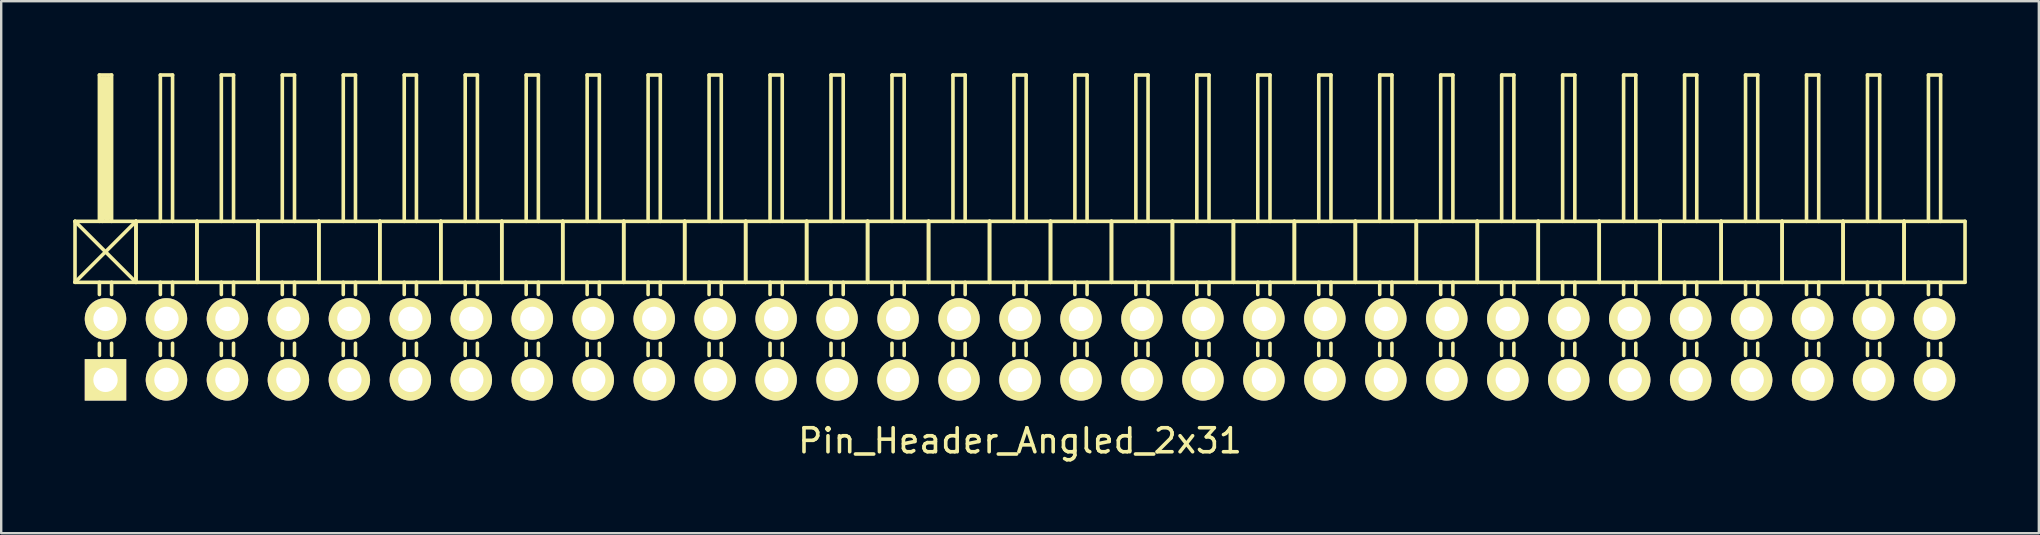
<source format=kicad_pcb>
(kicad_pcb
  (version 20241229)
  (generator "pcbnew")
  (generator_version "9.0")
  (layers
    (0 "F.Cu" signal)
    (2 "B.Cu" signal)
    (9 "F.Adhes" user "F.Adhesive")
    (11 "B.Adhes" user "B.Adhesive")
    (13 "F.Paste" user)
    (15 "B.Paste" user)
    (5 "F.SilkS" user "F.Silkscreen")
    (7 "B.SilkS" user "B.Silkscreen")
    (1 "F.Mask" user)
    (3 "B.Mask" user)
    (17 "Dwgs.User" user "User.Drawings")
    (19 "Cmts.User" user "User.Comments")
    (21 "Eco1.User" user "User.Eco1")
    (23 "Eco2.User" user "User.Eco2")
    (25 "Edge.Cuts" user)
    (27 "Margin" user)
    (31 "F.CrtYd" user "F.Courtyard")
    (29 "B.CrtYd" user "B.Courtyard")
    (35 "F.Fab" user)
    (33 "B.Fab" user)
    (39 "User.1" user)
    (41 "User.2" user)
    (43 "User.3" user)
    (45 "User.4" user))
  (footprint "Pin_Header_Angled_2x31"
    (layer "F.Cu")
    (at 39.445 11.505)
    (property "Reference" "Pin_Header_Angled_2x31" (at 0 3.81 0) (layer "F.SilkS") (effects (font (size 1 1) (thickness 0.15))))
    (attr through_hole)
    (fp_line (start -39.37 -5.334) (end -36.83 -2.794) (stroke (width 0.15) (type solid)) (layer "F.SilkS"))
    (fp_line (start -39.37 -2.794) (end -39.37 -5.334) (stroke (width 0.15) (type solid)) (layer "F.SilkS"))
    (fp_line (start -39.37 -2.794) (end -36.83 -5.334) (stroke (width 0.15) (type solid)) (layer "F.SilkS"))
    (fp_line (start -39.37 -2.794) (end -36.83 -2.794) (stroke (width 0.15) (type solid)) (layer "F.SilkS"))
    (fp_line (start -38.354 -11.43) (end -37.846 -11.43) (stroke (width 0.15) (type solid)) (layer "F.SilkS"))
    (fp_line (start -38.354 -5.334) (end -38.354 -11.43) (stroke (width 0.15) (type solid)) (layer "F.SilkS"))
    (fp_line (start -38.354 -2.794) (end -38.354 -2.286) (stroke (width 0.15) (type solid)) (layer "F.SilkS"))
    (fp_line (start -38.354 -0.254) (end -38.354 0.254) (stroke (width 0.15) (type solid)) (layer "F.SilkS"))
    (fp_line (start -38.227 -11.303) (end -37.973 -11.303) (stroke (width 0.15) (type solid)) (layer "F.SilkS"))
    (fp_line (start -38.227 -5.334) (end -38.227 -11.303) (stroke (width 0.15) (type solid)) (layer "F.SilkS"))
    (fp_line (start -38.1 -5.461) (end -38.1 -11.303) (stroke (width 0.15) (type solid)) (layer "F.SilkS"))
    (fp_line (start -37.973 -11.303) (end -37.973 -5.461) (stroke (width 0.15) (type solid)) (layer "F.SilkS"))
    (fp_line (start -37.973 -5.461) (end -38.1 -5.461) (stroke (width 0.15) (type solid)) (layer "F.SilkS"))
    (fp_line (start -37.846 -11.43) (end -37.846 -5.334) (stroke (width 0.15) (type solid)) (layer "F.SilkS"))
    (fp_line (start -37.846 -2.794) (end -37.846 -2.286) (stroke (width 0.15) (type solid)) (layer "F.SilkS"))
    (fp_line (start -37.846 -0.254) (end -37.846 0.254) (stroke (width 0.15) (type solid)) (layer "F.SilkS"))
    (fp_line (start -36.83 -5.334) (end -39.37 -5.334) (stroke (width 0.15) (type solid)) (layer "F.SilkS"))
    (fp_line (start -36.83 -2.794) (end -36.83 -5.334) (stroke (width 0.15) (type solid)) (layer "F.SilkS"))
    (fp_line (start -36.83 -2.794) (end -36.83 -5.334) (stroke (width 0.15) (type solid)) (layer "F.SilkS"))
    (fp_line (start -36.83 -2.794) (end -34.29 -2.794) (stroke (width 0.15) (type solid)) (layer "F.SilkS"))
    (fp_line (start -35.814 -11.43) (end -35.306 -11.43) (stroke (width 0.15) (type solid)) (layer "F.SilkS"))
    (fp_line (start -35.814 -5.334) (end -35.814 -11.43) (stroke (width 0.15) (type solid)) (layer "F.SilkS"))
    (fp_line (start -35.814 -2.794) (end -35.814 -2.286) (stroke (width 0.15) (type solid)) (layer "F.SilkS"))
    (fp_line (start -35.814 -0.254) (end -35.814 0.254) (stroke (width 0.15) (type solid)) (layer "F.SilkS"))
    (fp_line (start -35.306 -11.43) (end -35.306 -5.334) (stroke (width 0.15) (type solid)) (layer "F.SilkS"))
    (fp_line (start -35.306 -2.794) (end -35.306 -2.286) (stroke (width 0.15) (type solid)) (layer "F.SilkS"))
    (fp_line (start -35.306 -0.254) (end -35.306 0.254) (stroke (width 0.15) (type solid)) (layer "F.SilkS"))
    (fp_line (start -34.29 -5.334) (end -36.83 -5.334) (stroke (width 0.15) (type solid)) (layer "F.SilkS"))
    (fp_line (start -34.29 -2.794) (end -34.29 -5.334) (stroke (width 0.15) (type solid)) (layer "F.SilkS"))
    (fp_line (start -34.29 -2.794) (end -34.29 -5.334) (stroke (width 0.15) (type solid)) (layer "F.SilkS"))
    (fp_line (start -34.29 -2.794) (end -31.75 -2.794) (stroke (width 0.15) (type solid)) (layer "F.SilkS"))
    (fp_line (start -33.274 -11.43) (end -32.766 -11.43) (stroke (width 0.15) (type solid)) (layer "F.SilkS"))
    (fp_line (start -33.274 -5.334) (end -33.274 -11.43) (stroke (width 0.15) (type solid)) (layer "F.SilkS"))
    (fp_line (start -33.274 -2.794) (end -33.274 -2.286) (stroke (width 0.15) (type solid)) (layer "F.SilkS"))
    (fp_line (start -33.274 -0.254) (end -33.274 0.254) (stroke (width 0.15) (type solid)) (layer "F.SilkS"))
    (fp_line (start -32.766 -11.43) (end -32.766 -5.334) (stroke (width 0.15) (type solid)) (layer "F.SilkS"))
    (fp_line (start -32.766 -2.794) (end -32.766 -2.286) (stroke (width 0.15) (type solid)) (layer "F.SilkS"))
    (fp_line (start -32.766 -0.254) (end -32.766 0.254) (stroke (width 0.15) (type solid)) (layer "F.SilkS"))
    (fp_line (start -31.75 -5.334) (end -34.29 -5.334) (stroke (width 0.15) (type solid)) (layer "F.SilkS"))
    (fp_line (start -31.75 -2.794) (end -31.75 -5.334) (stroke (width 0.15) (type solid)) (layer "F.SilkS"))
    (fp_line (start -31.75 -2.794) (end -31.75 -5.334) (stroke (width 0.15) (type solid)) (layer "F.SilkS"))
    (fp_line (start -31.75 -2.794) (end -29.21 -2.794) (stroke (width 0.15) (type solid)) (layer "F.SilkS"))
    (fp_line (start -30.734 -11.43) (end -30.226 -11.43) (stroke (width 0.15) (type solid)) (layer "F.SilkS"))
    (fp_line (start -30.734 -5.334) (end -30.734 -11.43) (stroke (width 0.15) (type solid)) (layer "F.SilkS"))
    (fp_line (start -30.734 -2.794) (end -30.734 -2.286) (stroke (width 0.15) (type solid)) (layer "F.SilkS"))
    (fp_line (start -30.734 -0.254) (end -30.734 0.254) (stroke (width 0.15) (type solid)) (layer "F.SilkS"))
    (fp_line (start -30.226 -11.43) (end -30.226 -5.334) (stroke (width 0.15) (type solid)) (layer "F.SilkS"))
    (fp_line (start -30.226 -2.794) (end -30.226 -2.286) (stroke (width 0.15) (type solid)) (layer "F.SilkS"))
    (fp_line (start -30.226 -0.254) (end -30.226 0.254) (stroke (width 0.15) (type solid)) (layer "F.SilkS"))
    (fp_line (start -29.21 -5.334) (end -31.75 -5.334) (stroke (width 0.15) (type solid)) (layer "F.SilkS"))
    (fp_line (start -29.21 -2.794) (end -29.21 -5.334) (stroke (width 0.15) (type solid)) (layer "F.SilkS"))
    (fp_line (start -29.21 -2.794) (end -29.21 -5.334) (stroke (width 0.15) (type solid)) (layer "F.SilkS"))
    (fp_line (start -29.21 -2.794) (end -26.67 -2.794) (stroke (width 0.15) (type solid)) (layer "F.SilkS"))
    (fp_line (start -28.194 -11.43) (end -27.686 -11.43) (stroke (width 0.15) (type solid)) (layer "F.SilkS"))
    (fp_line (start -28.194 -5.334) (end -28.194 -11.43) (stroke (width 0.15) (type solid)) (layer "F.SilkS"))
    (fp_line (start -28.194 -2.794) (end -28.194 -2.286) (stroke (width 0.15) (type solid)) (layer "F.SilkS"))
    (fp_line (start -28.194 -0.254) (end -28.194 0.254) (stroke (width 0.15) (type solid)) (layer "F.SilkS"))
    (fp_line (start -27.686 -11.43) (end -27.686 -5.334) (stroke (width 0.15) (type solid)) (layer "F.SilkS"))
    (fp_line (start -27.686 -2.794) (end -27.686 -2.286) (stroke (width 0.15) (type solid)) (layer "F.SilkS"))
    (fp_line (start -27.686 -0.254) (end -27.686 0.254) (stroke (width 0.15) (type solid)) (layer "F.SilkS"))
    (fp_line (start -26.67 -5.334) (end -29.21 -5.334) (stroke (width 0.15) (type solid)) (layer "F.SilkS"))
    (fp_line (start -26.67 -2.794) (end -26.67 -5.334) (stroke (width 0.15) (type solid)) (layer "F.SilkS"))
    (fp_line (start -26.67 -2.794) (end -26.67 -5.334) (stroke (width 0.15) (type solid)) (layer "F.SilkS"))
    (fp_line (start -26.67 -2.794) (end -24.13 -2.794) (stroke (width 0.15) (type solid)) (layer "F.SilkS"))
    (fp_line (start -25.654 -11.43) (end -25.146 -11.43) (stroke (width 0.15) (type solid)) (layer "F.SilkS"))
    (fp_line (start -25.654 -5.334) (end -25.654 -11.43) (stroke (width 0.15) (type solid)) (layer "F.SilkS"))
    (fp_line (start -25.654 -2.794) (end -25.654 -2.286) (stroke (width 0.15) (type solid)) (layer "F.SilkS"))
    (fp_line (start -25.654 -0.254) (end -25.654 0.254) (stroke (width 0.15) (type solid)) (layer "F.SilkS"))
    (fp_line (start -25.146 -11.43) (end -25.146 -5.334) (stroke (width 0.15) (type solid)) (layer "F.SilkS"))
    (fp_line (start -25.146 -2.794) (end -25.146 -2.286) (stroke (width 0.15) (type solid)) (layer "F.SilkS"))
    (fp_line (start -25.146 -0.254) (end -25.146 0.254) (stroke (width 0.15) (type solid)) (layer "F.SilkS"))
    (fp_line (start -24.13 -5.334) (end -26.67 -5.334) (stroke (width 0.15) (type solid)) (layer "F.SilkS"))
    (fp_line (start -24.13 -2.794) (end -24.13 -5.334) (stroke (width 0.15) (type solid)) (layer "F.SilkS"))
    (fp_line (start -24.13 -2.794) (end -24.13 -5.334) (stroke (width 0.15) (type solid)) (layer "F.SilkS"))
    (fp_line (start -24.13 -2.794) (end -21.59 -2.794) (stroke (width 0.15) (type solid)) (layer "F.SilkS"))
    (fp_line (start -23.114 -11.43) (end -22.606 -11.43) (stroke (width 0.15) (type solid)) (layer "F.SilkS"))
    (fp_line (start -23.114 -5.334) (end -23.114 -11.43) (stroke (width 0.15) (type solid)) (layer "F.SilkS"))
    (fp_line (start -23.114 -2.794) (end -23.114 -2.286) (stroke (width 0.15) (type solid)) (layer "F.SilkS"))
    (fp_line (start -23.114 -0.254) (end -23.114 0.254) (stroke (width 0.15) (type solid)) (layer "F.SilkS"))
    (fp_line (start -22.606 -11.43) (end -22.606 -5.334) (stroke (width 0.15) (type solid)) (layer "F.SilkS"))
    (fp_line (start -22.606 -2.794) (end -22.606 -2.286) (stroke (width 0.15) (type solid)) (layer "F.SilkS"))
    (fp_line (start -22.606 -0.254) (end -22.606 0.254) (stroke (width 0.15) (type solid)) (layer "F.SilkS"))
    (fp_line (start -21.59 -5.334) (end -24.13 -5.334) (stroke (width 0.15) (type solid)) (layer "F.SilkS"))
    (fp_line (start -21.59 -2.794) (end -21.59 -5.334) (stroke (width 0.15) (type solid)) (layer "F.SilkS"))
    (fp_line (start -21.59 -2.794) (end -21.59 -5.334) (stroke (width 0.15) (type solid)) (layer "F.SilkS"))
    (fp_line (start -21.59 -2.794) (end -19.05 -2.794) (stroke (width 0.15) (type solid)) (layer "F.SilkS"))
    (fp_line (start -20.574 -11.43) (end -20.066 -11.43) (stroke (width 0.15) (type solid)) (layer "F.SilkS"))
    (fp_line (start -20.574 -5.334) (end -20.574 -11.43) (stroke (width 0.15) (type solid)) (layer "F.SilkS"))
    (fp_line (start -20.574 -2.794) (end -20.574 -2.286) (stroke (width 0.15) (type solid)) (layer "F.SilkS"))
    (fp_line (start -20.574 -0.254) (end -20.574 0.254) (stroke (width 0.15) (type solid)) (layer "F.SilkS"))
    (fp_line (start -20.066 -11.43) (end -20.066 -5.334) (stroke (width 0.15) (type solid)) (layer "F.SilkS"))
    (fp_line (start -20.066 -2.794) (end -20.066 -2.286) (stroke (width 0.15) (type solid)) (layer "F.SilkS"))
    (fp_line (start -20.066 -0.254) (end -20.066 0.254) (stroke (width 0.15) (type solid)) (layer "F.SilkS"))
    (fp_line (start -19.05 -5.334) (end -21.59 -5.334) (stroke (width 0.15) (type solid)) (layer "F.SilkS"))
    (fp_line (start -19.05 -2.794) (end -19.05 -5.334) (stroke (width 0.15) (type solid)) (layer "F.SilkS"))
    (fp_line (start -19.05 -2.794) (end -19.05 -5.334) (stroke (width 0.15) (type solid)) (layer "F.SilkS"))
    (fp_line (start -19.05 -2.794) (end -16.51 -2.794) (stroke (width 0.15) (type solid)) (layer "F.SilkS"))
    (fp_line (start -18.034 -11.43) (end -17.526 -11.43) (stroke (width 0.15) (type solid)) (layer "F.SilkS"))
    (fp_line (start -18.034 -5.334) (end -18.034 -11.43) (stroke (width 0.15) (type solid)) (layer "F.SilkS"))
    (fp_line (start -18.034 -2.794) (end -18.034 -2.286) (stroke (width 0.15) (type solid)) (layer "F.SilkS"))
    (fp_line (start -18.034 -0.254) (end -18.034 0.254) (stroke (width 0.15) (type solid)) (layer "F.SilkS"))
    (fp_line (start -17.526 -11.43) (end -17.526 -5.334) (stroke (width 0.15) (type solid)) (layer "F.SilkS"))
    (fp_line (start -17.526 -2.794) (end -17.526 -2.286) (stroke (width 0.15) (type solid)) (layer "F.SilkS"))
    (fp_line (start -17.526 -0.254) (end -17.526 0.254) (stroke (width 0.15) (type solid)) (layer "F.SilkS"))
    (fp_line (start -16.51 -5.334) (end -19.05 -5.334) (stroke (width 0.15) (type solid)) (layer "F.SilkS"))
    (fp_line (start -16.51 -2.794) (end -16.51 -5.334) (stroke (width 0.15) (type solid)) (layer "F.SilkS"))
    (fp_line (start -16.51 -2.794) (end -16.51 -5.334) (stroke (width 0.15) (type solid)) (layer "F.SilkS"))
    (fp_line (start -16.51 -2.794) (end -13.97 -2.794) (stroke (width 0.15) (type solid)) (layer "F.SilkS"))
    (fp_line (start -15.494 -11.43) (end -14.986 -11.43) (stroke (width 0.15) (type solid)) (layer "F.SilkS"))
    (fp_line (start -15.494 -5.334) (end -15.494 -11.43) (stroke (width 0.15) (type solid)) (layer "F.SilkS"))
    (fp_line (start -15.494 -2.794) (end -15.494 -2.286) (stroke (width 0.15) (type solid)) (layer "F.SilkS"))
    (fp_line (start -15.494 -0.254) (end -15.494 0.254) (stroke (width 0.15) (type solid)) (layer "F.SilkS"))
    (fp_line (start -14.986 -11.43) (end -14.986 -5.334) (stroke (width 0.15) (type solid)) (layer "F.SilkS"))
    (fp_line (start -14.986 -2.794) (end -14.986 -2.286) (stroke (width 0.15) (type solid)) (layer "F.SilkS"))
    (fp_line (start -14.986 -0.254) (end -14.986 0.254) (stroke (width 0.15) (type solid)) (layer "F.SilkS"))
    (fp_line (start -13.97 -5.334) (end -16.51 -5.334) (stroke (width 0.15) (type solid)) (layer "F.SilkS"))
    (fp_line (start -13.97 -2.794) (end -13.97 -5.334) (stroke (width 0.15) (type solid)) (layer "F.SilkS"))
    (fp_line (start -13.97 -2.794) (end -13.97 -5.334) (stroke (width 0.15) (type solid)) (layer "F.SilkS"))
    (fp_line (start -13.97 -2.794) (end -11.43 -2.794) (stroke (width 0.15) (type solid)) (layer "F.SilkS"))
    (fp_line (start -12.954 -11.43) (end -12.446 -11.43) (stroke (width 0.15) (type solid)) (layer "F.SilkS"))
    (fp_line (start -12.954 -5.334) (end -12.954 -11.43) (stroke (width 0.15) (type solid)) (layer "F.SilkS"))
    (fp_line (start -12.954 -2.794) (end -12.954 -2.286) (stroke (width 0.15) (type solid)) (layer "F.SilkS"))
    (fp_line (start -12.954 -0.254) (end -12.954 0.254) (stroke (width 0.15) (type solid)) (layer "F.SilkS"))
    (fp_line (start -12.446 -11.43) (end -12.446 -5.334) (stroke (width 0.15) (type solid)) (layer "F.SilkS"))
    (fp_line (start -12.446 -2.794) (end -12.446 -2.286) (stroke (width 0.15) (type solid)) (layer "F.SilkS"))
    (fp_line (start -12.446 -0.254) (end -12.446 0.254) (stroke (width 0.15) (type solid)) (layer "F.SilkS"))
    (fp_line (start -11.43 -5.334) (end -13.97 -5.334) (stroke (width 0.15) (type solid)) (layer "F.SilkS"))
    (fp_line (start -11.43 -2.794) (end -11.43 -5.334) (stroke (width 0.15) (type solid)) (layer "F.SilkS"))
    (fp_line (start -11.43 -2.794) (end -11.43 -5.334) (stroke (width 0.15) (type solid)) (layer "F.SilkS"))
    (fp_line (start -11.43 -2.794) (end -8.89 -2.794) (stroke (width 0.15) (type solid)) (layer "F.SilkS"))
    (fp_line (start -10.414 -11.43) (end -9.906 -11.43) (stroke (width 0.15) (type solid)) (layer "F.SilkS"))
    (fp_line (start -10.414 -5.334) (end -10.414 -11.43) (stroke (width 0.15) (type solid)) (layer "F.SilkS"))
    (fp_line (start -10.414 -2.794) (end -10.414 -2.286) (stroke (width 0.15) (type solid)) (layer "F.SilkS"))
    (fp_line (start -10.414 -0.254) (end -10.414 0.254) (stroke (width 0.15) (type solid)) (layer "F.SilkS"))
    (fp_line (start -9.906 -11.43) (end -9.906 -5.334) (stroke (width 0.15) (type solid)) (layer "F.SilkS"))
    (fp_line (start -9.906 -2.794) (end -9.906 -2.286) (stroke (width 0.15) (type solid)) (layer "F.SilkS"))
    (fp_line (start -9.906 -0.254) (end -9.906 0.254) (stroke (width 0.15) (type solid)) (layer "F.SilkS"))
    (fp_line (start -8.89 -5.334) (end -11.43 -5.334) (stroke (width 0.15) (type solid)) (layer "F.SilkS"))
    (fp_line (start -8.89 -2.794) (end -8.89 -5.334) (stroke (width 0.15) (type solid)) (layer "F.SilkS"))
    (fp_line (start -8.89 -2.794) (end -8.89 -5.334) (stroke (width 0.15) (type solid)) (layer "F.SilkS"))
    (fp_line (start -8.89 -2.794) (end -6.35 -2.794) (stroke (width 0.15) (type solid)) (layer "F.SilkS"))
    (fp_line (start -7.874 -11.43) (end -7.366 -11.43) (stroke (width 0.15) (type solid)) (layer "F.SilkS"))
    (fp_line (start -7.874 -5.334) (end -7.874 -11.43) (stroke (width 0.15) (type solid)) (layer "F.SilkS"))
    (fp_line (start -7.874 -2.794) (end -7.874 -2.286) (stroke (width 0.15) (type solid)) (layer "F.SilkS"))
    (fp_line (start -7.874 -0.254) (end -7.874 0.254) (stroke (width 0.15) (type solid)) (layer "F.SilkS"))
    (fp_line (start -7.366 -11.43) (end -7.366 -5.334) (stroke (width 0.15) (type solid)) (layer "F.SilkS"))
    (fp_line (start -7.366 -2.794) (end -7.366 -2.286) (stroke (width 0.15) (type solid)) (layer "F.SilkS"))
    (fp_line (start -7.366 -0.254) (end -7.366 0.254) (stroke (width 0.15) (type solid)) (layer "F.SilkS"))
    (fp_line (start -6.35 -5.334) (end -8.89 -5.334) (stroke (width 0.15) (type solid)) (layer "F.SilkS"))
    (fp_line (start -6.35 -2.794) (end -6.35 -5.334) (stroke (width 0.15) (type solid)) (layer "F.SilkS"))
    (fp_line (start -6.35 -2.794) (end -6.35 -5.334) (stroke (width 0.15) (type solid)) (layer "F.SilkS"))
    (fp_line (start -6.35 -2.794) (end -3.81 -2.794) (stroke (width 0.15) (type solid)) (layer "F.SilkS"))
    (fp_line (start -5.334 -11.43) (end -4.826 -11.43) (stroke (width 0.15) (type solid)) (layer "F.SilkS"))
    (fp_line (start -5.334 -5.334) (end -5.334 -11.43) (stroke (width 0.15) (type solid)) (layer "F.SilkS"))
    (fp_line (start -5.334 -2.794) (end -5.334 -2.286) (stroke (width 0.15) (type solid)) (layer "F.SilkS"))
    (fp_line (start -5.334 -0.254) (end -5.334 0.254) (stroke (width 0.15) (type solid)) (layer "F.SilkS"))
    (fp_line (start -4.826 -11.43) (end -4.826 -5.334) (stroke (width 0.15) (type solid)) (layer "F.SilkS"))
    (fp_line (start -4.826 -2.794) (end -4.826 -2.286) (stroke (width 0.15) (type solid)) (layer "F.SilkS"))
    (fp_line (start -4.826 -0.254) (end -4.826 0.254) (stroke (width 0.15) (type solid)) (layer "F.SilkS"))
    (fp_line (start -3.81 -5.334) (end -6.35 -5.334) (stroke (width 0.15) (type solid)) (layer "F.SilkS"))
    (fp_line (start -3.81 -2.794) (end -3.81 -5.334) (stroke (width 0.15) (type solid)) (layer "F.SilkS"))
    (fp_line (start -3.81 -2.794) (end -3.81 -5.334) (stroke (width 0.15) (type solid)) (layer "F.SilkS"))
    (fp_line (start -3.81 -2.794) (end -1.27 -2.794) (stroke (width 0.15) (type solid)) (layer "F.SilkS"))
    (fp_line (start -2.794 -11.43) (end -2.286 -11.43) (stroke (width 0.15) (type solid)) (layer "F.SilkS"))
    (fp_line (start -2.794 -5.334) (end -2.794 -11.43) (stroke (width 0.15) (type solid)) (layer "F.SilkS"))
    (fp_line (start -2.794 -2.794) (end -2.794 -2.286) (stroke (width 0.15) (type solid)) (layer "F.SilkS"))
    (fp_line (start -2.794 -0.254) (end -2.794 0.254) (stroke (width 0.15) (type solid)) (layer "F.SilkS"))
    (fp_line (start -2.286 -11.43) (end -2.286 -5.334) (stroke (width 0.15) (type solid)) (layer "F.SilkS"))
    (fp_line (start -2.286 -2.794) (end -2.286 -2.286) (stroke (width 0.15) (type solid)) (layer "F.SilkS"))
    (fp_line (start -2.286 -0.254) (end -2.286 0.254) (stroke (width 0.15) (type solid)) (layer "F.SilkS"))
    (fp_line (start -1.27 -5.334) (end -3.81 -5.334) (stroke (width 0.15) (type solid)) (layer "F.SilkS"))
    (fp_line (start -1.27 -2.794) (end -1.27 -5.334) (stroke (width 0.15) (type solid)) (layer "F.SilkS"))
    (fp_line (start -1.27 -2.794) (end -1.27 -5.334) (stroke (width 0.15) (type solid)) (layer "F.SilkS"))
    (fp_line (start -1.27 -2.794) (end 1.27 -2.794) (stroke (width 0.15) (type solid)) (layer "F.SilkS"))
    (fp_line (start -0.254 -11.43) (end 0.254 -11.43) (stroke (width 0.15) (type solid)) (layer "F.SilkS"))
    (fp_line (start -0.254 -5.334) (end -0.254 -11.43) (stroke (width 0.15) (type solid)) (layer "F.SilkS"))
    (fp_line (start -0.254 -2.794) (end -0.254 -2.286) (stroke (width 0.15) (type solid)) (layer "F.SilkS"))
    (fp_line (start -0.254 -0.254) (end -0.254 0.254) (stroke (width 0.15) (type solid)) (layer "F.SilkS"))
    (fp_line (start 0.254 -11.43) (end 0.254 -5.334) (stroke (width 0.15) (type solid)) (layer "F.SilkS"))
    (fp_line (start 0.254 -2.794) (end 0.254 -2.286) (stroke (width 0.15) (type solid)) (layer "F.SilkS"))
    (fp_line (start 0.254 -0.254) (end 0.254 0.254) (stroke (width 0.15) (type solid)) (layer "F.SilkS"))
    (fp_line (start 1.27 -5.334) (end -1.27 -5.334) (stroke (width 0.15) (type solid)) (layer "F.SilkS"))
    (fp_line (start 1.27 -2.794) (end 1.27 -5.334) (stroke (width 0.15) (type solid)) (layer "F.SilkS"))
    (fp_line (start 1.27 -2.794) (end 1.27 -5.334) (stroke (width 0.15) (type solid)) (layer "F.SilkS"))
    (fp_line (start 1.27 -2.794) (end 3.81 -2.794) (stroke (width 0.15) (type solid)) (layer "F.SilkS"))
    (fp_line (start 2.286 -11.43) (end 2.794 -11.43) (stroke (width 0.15) (type solid)) (layer "F.SilkS"))
    (fp_line (start 2.286 -5.334) (end 2.286 -11.43) (stroke (width 0.15) (type solid)) (layer "F.SilkS"))
    (fp_line (start 2.286 -2.794) (end 2.286 -2.286) (stroke (width 0.15) (type solid)) (layer "F.SilkS"))
    (fp_line (start 2.286 -0.254) (end 2.286 0.254) (stroke (width 0.15) (type solid)) (layer "F.SilkS"))
    (fp_line (start 2.794 -11.43) (end 2.794 -5.334) (stroke (width 0.15) (type solid)) (layer "F.SilkS"))
    (fp_line (start 2.794 -2.794) (end 2.794 -2.286) (stroke (width 0.15) (type solid)) (layer "F.SilkS"))
    (fp_line (start 2.794 -0.254) (end 2.794 0.254) (stroke (width 0.15) (type solid)) (layer "F.SilkS"))
    (fp_line (start 3.81 -5.334) (end 1.27 -5.334) (stroke (width 0.15) (type solid)) (layer "F.SilkS"))
    (fp_line (start 3.81 -2.794) (end 3.81 -5.334) (stroke (width 0.15) (type solid)) (layer "F.SilkS"))
    (fp_line (start 3.81 -2.794) (end 3.81 -5.334) (stroke (width 0.15) (type solid)) (layer "F.SilkS"))
    (fp_line (start 3.81 -2.794) (end 6.35 -2.794) (stroke (width 0.15) (type solid)) (layer "F.SilkS"))
    (fp_line (start 4.826 -11.43) (end 5.334 -11.43) (stroke (width 0.15) (type solid)) (layer "F.SilkS"))
    (fp_line (start 4.826 -5.334) (end 4.826 -11.43) (stroke (width 0.15) (type solid)) (layer "F.SilkS"))
    (fp_line (start 4.826 -2.794) (end 4.826 -2.286) (stroke (width 0.15) (type solid)) (layer "F.SilkS"))
    (fp_line (start 4.826 -0.254) (end 4.826 0.254) (stroke (width 0.15) (type solid)) (layer "F.SilkS"))
    (fp_line (start 5.334 -11.43) (end 5.334 -5.334) (stroke (width 0.15) (type solid)) (layer "F.SilkS"))
    (fp_line (start 5.334 -2.794) (end 5.334 -2.286) (stroke (width 0.15) (type solid)) (layer "F.SilkS"))
    (fp_line (start 5.334 -0.254) (end 5.334 0.254) (stroke (width 0.15) (type solid)) (layer "F.SilkS"))
    (fp_line (start 6.35 -5.334) (end 3.81 -5.334) (stroke (width 0.15) (type solid)) (layer "F.SilkS"))
    (fp_line (start 6.35 -2.794) (end 6.35 -5.334) (stroke (width 0.15) (type solid)) (layer "F.SilkS"))
    (fp_line (start 6.35 -2.794) (end 6.35 -5.334) (stroke (width 0.15) (type solid)) (layer "F.SilkS"))
    (fp_line (start 6.35 -2.794) (end 8.89 -2.794) (stroke (width 0.15) (type solid)) (layer "F.SilkS"))
    (fp_line (start 7.366 -11.43) (end 7.874 -11.43) (stroke (width 0.15) (type solid)) (layer "F.SilkS"))
    (fp_line (start 7.366 -5.334) (end 7.366 -11.43) (stroke (width 0.15) (type solid)) (layer "F.SilkS"))
    (fp_line (start 7.366 -2.794) (end 7.366 -2.286) (stroke (width 0.15) (type solid)) (layer "F.SilkS"))
    (fp_line (start 7.366 -0.254) (end 7.366 0.254) (stroke (width 0.15) (type solid)) (layer "F.SilkS"))
    (fp_line (start 7.874 -11.43) (end 7.874 -5.334) (stroke (width 0.15) (type solid)) (layer "F.SilkS"))
    (fp_line (start 7.874 -2.794) (end 7.874 -2.286) (stroke (width 0.15) (type solid)) (layer "F.SilkS"))
    (fp_line (start 7.874 -0.254) (end 7.874 0.254) (stroke (width 0.15) (type solid)) (layer "F.SilkS"))
    (fp_line (start 8.89 -5.334) (end 6.35 -5.334) (stroke (width 0.15) (type solid)) (layer "F.SilkS"))
    (fp_line (start 8.89 -2.794) (end 8.89 -5.334) (stroke (width 0.15) (type solid)) (layer "F.SilkS"))
    (fp_line (start 8.89 -2.794) (end 8.89 -5.334) (stroke (width 0.15) (type solid)) (layer "F.SilkS"))
    (fp_line (start 8.89 -2.794) (end 11.43 -2.794) (stroke (width 0.15) (type solid)) (layer "F.SilkS"))
    (fp_line (start 9.906 -11.43) (end 10.414 -11.43) (stroke (width 0.15) (type solid)) (layer "F.SilkS"))
    (fp_line (start 9.906 -5.334) (end 9.906 -11.43) (stroke (width 0.15) (type solid)) (layer "F.SilkS"))
    (fp_line (start 9.906 -2.794) (end 9.906 -2.286) (stroke (width 0.15) (type solid)) (layer "F.SilkS"))
    (fp_line (start 9.906 -0.254) (end 9.906 0.254) (stroke (width 0.15) (type solid)) (layer "F.SilkS"))
    (fp_line (start 10.414 -11.43) (end 10.414 -5.334) (stroke (width 0.15) (type solid)) (layer "F.SilkS"))
    (fp_line (start 10.414 -2.794) (end 10.414 -2.286) (stroke (width 0.15) (type solid)) (layer "F.SilkS"))
    (fp_line (start 10.414 -0.254) (end 10.414 0.254) (stroke (width 0.15) (type solid)) (layer "F.SilkS"))
    (fp_line (start 11.43 -5.334) (end 8.89 -5.334) (stroke (width 0.15) (type solid)) (layer "F.SilkS"))
    (fp_line (start 11.43 -2.794) (end 11.43 -5.334) (stroke (width 0.15) (type solid)) (layer "F.SilkS"))
    (fp_line (start 11.43 -2.794) (end 11.43 -5.334) (stroke (width 0.15) (type solid)) (layer "F.SilkS"))
    (fp_line (start 11.43 -2.794) (end 13.97 -2.794) (stroke (width 0.15) (type solid)) (layer "F.SilkS"))
    (fp_line (start 12.446 -11.43) (end 12.954 -11.43) (stroke (width 0.15) (type solid)) (layer "F.SilkS"))
    (fp_line (start 12.446 -5.334) (end 12.446 -11.43) (stroke (width 0.15) (type solid)) (layer "F.SilkS"))
    (fp_line (start 12.446 -2.794) (end 12.446 -2.286) (stroke (width 0.15) (type solid)) (layer "F.SilkS"))
    (fp_line (start 12.446 -0.254) (end 12.446 0.254) (stroke (width 0.15) (type solid)) (layer "F.SilkS"))
    (fp_line (start 12.954 -11.43) (end 12.954 -5.334) (stroke (width 0.15) (type solid)) (layer "F.SilkS"))
    (fp_line (start 12.954 -2.794) (end 12.954 -2.286) (stroke (width 0.15) (type solid)) (layer "F.SilkS"))
    (fp_line (start 12.954 -0.254) (end 12.954 0.254) (stroke (width 0.15) (type solid)) (layer "F.SilkS"))
    (fp_line (start 13.97 -5.334) (end 11.43 -5.334) (stroke (width 0.15) (type solid)) (layer "F.SilkS"))
    (fp_line (start 13.97 -2.794) (end 13.97 -5.334) (stroke (width 0.15) (type solid)) (layer "F.SilkS"))
    (fp_line (start 13.97 -2.794) (end 13.97 -5.334) (stroke (width 0.15) (type solid)) (layer "F.SilkS"))
    (fp_line (start 13.97 -2.794) (end 16.51 -2.794) (stroke (width 0.15) (type solid)) (layer "F.SilkS"))
    (fp_line (start 14.986 -11.43) (end 15.494 -11.43) (stroke (width 0.15) (type solid)) (layer "F.SilkS"))
    (fp_line (start 14.986 -5.334) (end 14.986 -11.43) (stroke (width 0.15) (type solid)) (layer "F.SilkS"))
    (fp_line (start 14.986 -2.794) (end 14.986 -2.286) (stroke (width 0.15) (type solid)) (layer "F.SilkS"))
    (fp_line (start 14.986 -0.254) (end 14.986 0.254) (stroke (width 0.15) (type solid)) (layer "F.SilkS"))
    (fp_line (start 15.494 -11.43) (end 15.494 -5.334) (stroke (width 0.15) (type solid)) (layer "F.SilkS"))
    (fp_line (start 15.494 -2.794) (end 15.494 -2.286) (stroke (width 0.15) (type solid)) (layer "F.SilkS"))
    (fp_line (start 15.494 -0.254) (end 15.494 0.254) (stroke (width 0.15) (type solid)) (layer "F.SilkS"))
    (fp_line (start 16.51 -5.334) (end 13.97 -5.334) (stroke (width 0.15) (type solid)) (layer "F.SilkS"))
    (fp_line (start 16.51 -2.794) (end 16.51 -5.334) (stroke (width 0.15) (type solid)) (layer "F.SilkS"))
    (fp_line (start 16.51 -2.794) (end 16.51 -5.334) (stroke (width 0.15) (type solid)) (layer "F.SilkS"))
    (fp_line (start 16.51 -2.794) (end 19.05 -2.794) (stroke (width 0.15) (type solid)) (layer "F.SilkS"))
    (fp_line (start 17.526 -11.43) (end 18.034 -11.43) (stroke (width 0.15) (type solid)) (layer "F.SilkS"))
    (fp_line (start 17.526 -5.334) (end 17.526 -11.43) (stroke (width 0.15) (type solid)) (layer "F.SilkS"))
    (fp_line (start 17.526 -2.794) (end 17.526 -2.286) (stroke (width 0.15) (type solid)) (layer "F.SilkS"))
    (fp_line (start 17.526 -0.254) (end 17.526 0.254) (stroke (width 0.15) (type solid)) (layer "F.SilkS"))
    (fp_line (start 18.034 -11.43) (end 18.034 -5.334) (stroke (width 0.15) (type solid)) (layer "F.SilkS"))
    (fp_line (start 18.034 -2.794) (end 18.034 -2.286) (stroke (width 0.15) (type solid)) (layer "F.SilkS"))
    (fp_line (start 18.034 -0.254) (end 18.034 0.254) (stroke (width 0.15) (type solid)) (layer "F.SilkS"))
    (fp_line (start 19.05 -5.334) (end 16.51 -5.334) (stroke (width 0.15) (type solid)) (layer "F.SilkS"))
    (fp_line (start 19.05 -2.794) (end 19.05 -5.334) (stroke (width 0.15) (type solid)) (layer "F.SilkS"))
    (fp_line (start 19.05 -2.794) (end 19.05 -5.334) (stroke (width 0.15) (type solid)) (layer "F.SilkS"))
    (fp_line (start 19.05 -2.794) (end 21.59 -2.794) (stroke (width 0.15) (type solid)) (layer "F.SilkS"))
    (fp_line (start 20.066 -11.43) (end 20.574 -11.43) (stroke (width 0.15) (type solid)) (layer "F.SilkS"))
    (fp_line (start 20.066 -5.334) (end 20.066 -11.43) (stroke (width 0.15) (type solid)) (layer "F.SilkS"))
    (fp_line (start 20.066 -2.794) (end 20.066 -2.286) (stroke (width 0.15) (type solid)) (layer "F.SilkS"))
    (fp_line (start 20.066 -0.254) (end 20.066 0.254) (stroke (width 0.15) (type solid)) (layer "F.SilkS"))
    (fp_line (start 20.574 -11.43) (end 20.574 -5.334) (stroke (width 0.15) (type solid)) (layer "F.SilkS"))
    (fp_line (start 20.574 -2.794) (end 20.574 -2.286) (stroke (width 0.15) (type solid)) (layer "F.SilkS"))
    (fp_line (start 20.574 -0.254) (end 20.574 0.254) (stroke (width 0.15) (type solid)) (layer "F.SilkS"))
    (fp_line (start 21.59 -5.334) (end 19.05 -5.334) (stroke (width 0.15) (type solid)) (layer "F.SilkS"))
    (fp_line (start 21.59 -2.794) (end 21.59 -5.334) (stroke (width 0.15) (type solid)) (layer "F.SilkS"))
    (fp_line (start 21.59 -2.794) (end 21.59 -5.334) (stroke (width 0.15) (type solid)) (layer "F.SilkS"))
    (fp_line (start 21.59 -2.794) (end 24.13 -2.794) (stroke (width 0.15) (type solid)) (layer "F.SilkS"))
    (fp_line (start 22.606 -11.43) (end 23.114 -11.43) (stroke (width 0.15) (type solid)) (layer "F.SilkS"))
    (fp_line (start 22.606 -5.334) (end 22.606 -11.43) (stroke (width 0.15) (type solid)) (layer "F.SilkS"))
    (fp_line (start 22.606 -2.794) (end 22.606 -2.286) (stroke (width 0.15) (type solid)) (layer "F.SilkS"))
    (fp_line (start 22.606 -0.254) (end 22.606 0.254) (stroke (width 0.15) (type solid)) (layer "F.SilkS"))
    (fp_line (start 23.114 -11.43) (end 23.114 -5.334) (stroke (width 0.15) (type solid)) (layer "F.SilkS"))
    (fp_line (start 23.114 -2.794) (end 23.114 -2.286) (stroke (width 0.15) (type solid)) (layer "F.SilkS"))
    (fp_line (start 23.114 -0.254) (end 23.114 0.254) (stroke (width 0.15) (type solid)) (layer "F.SilkS"))
    (fp_line (start 24.13 -5.334) (end 21.59 -5.334) (stroke (width 0.15) (type solid)) (layer "F.SilkS"))
    (fp_line (start 24.13 -2.794) (end 24.13 -5.334) (stroke (width 0.15) (type solid)) (layer "F.SilkS"))
    (fp_line (start 24.13 -2.794) (end 24.13 -5.334) (stroke (width 0.15) (type solid)) (layer "F.SilkS"))
    (fp_line (start 24.13 -2.794) (end 26.67 -2.794) (stroke (width 0.15) (type solid)) (layer "F.SilkS"))
    (fp_line (start 25.146 -11.43) (end 25.654 -11.43) (stroke (width 0.15) (type solid)) (layer "F.SilkS"))
    (fp_line (start 25.146 -5.334) (end 25.146 -11.43) (stroke (width 0.15) (type solid)) (layer "F.SilkS"))
    (fp_line (start 25.146 -2.794) (end 25.146 -2.286) (stroke (width 0.15) (type solid)) (layer "F.SilkS"))
    (fp_line (start 25.146 -0.254) (end 25.146 0.254) (stroke (width 0.15) (type solid)) (layer "F.SilkS"))
    (fp_line (start 25.654 -11.43) (end 25.654 -5.334) (stroke (width 0.15) (type solid)) (layer "F.SilkS"))
    (fp_line (start 25.654 -2.794) (end 25.654 -2.286) (stroke (width 0.15) (type solid)) (layer "F.SilkS"))
    (fp_line (start 25.654 -0.254) (end 25.654 0.254) (stroke (width 0.15) (type solid)) (layer "F.SilkS"))
    (fp_line (start 26.67 -5.334) (end 24.13 -5.334) (stroke (width 0.15) (type solid)) (layer "F.SilkS"))
    (fp_line (start 26.67 -2.794) (end 26.67 -5.334) (stroke (width 0.15) (type solid)) (layer "F.SilkS"))
    (fp_line (start 26.67 -2.794) (end 26.67 -5.334) (stroke (width 0.15) (type solid)) (layer "F.SilkS"))
    (fp_line (start 26.67 -2.794) (end 29.21 -2.794) (stroke (width 0.15) (type solid)) (layer "F.SilkS"))
    (fp_line (start 27.686 -11.43) (end 28.194 -11.43) (stroke (width 0.15) (type solid)) (layer "F.SilkS"))
    (fp_line (start 27.686 -5.334) (end 27.686 -11.43) (stroke (width 0.15) (type solid)) (layer "F.SilkS"))
    (fp_line (start 27.686 -2.794) (end 27.686 -2.286) (stroke (width 0.15) (type solid)) (layer "F.SilkS"))
    (fp_line (start 27.686 -0.254) (end 27.686 0.254) (stroke (width 0.15) (type solid)) (layer "F.SilkS"))
    (fp_line (start 28.194 -11.43) (end 28.194 -5.334) (stroke (width 0.15) (type solid)) (layer "F.SilkS"))
    (fp_line (start 28.194 -2.794) (end 28.194 -2.286) (stroke (width 0.15) (type solid)) (layer "F.SilkS"))
    (fp_line (start 28.194 -0.254) (end 28.194 0.254) (stroke (width 0.15) (type solid)) (layer "F.SilkS"))
    (fp_line (start 29.21 -5.334) (end 26.67 -5.334) (stroke (width 0.15) (type solid)) (layer "F.SilkS"))
    (fp_line (start 29.21 -2.794) (end 29.21 -5.334) (stroke (width 0.15) (type solid)) (layer "F.SilkS"))
    (fp_line (start 29.21 -2.794) (end 29.21 -5.334) (stroke (width 0.15) (type solid)) (layer "F.SilkS"))
    (fp_line (start 29.21 -2.794) (end 31.75 -2.794) (stroke (width 0.15) (type solid)) (layer "F.SilkS"))
    (fp_line (start 30.226 -11.43) (end 30.734 -11.43) (stroke (width 0.15) (type solid)) (layer "F.SilkS"))
    (fp_line (start 30.226 -5.334) (end 30.226 -11.43) (stroke (width 0.15) (type solid)) (layer "F.SilkS"))
    (fp_line (start 30.226 -2.794) (end 30.226 -2.286) (stroke (width 0.15) (type solid)) (layer "F.SilkS"))
    (fp_line (start 30.226 -0.254) (end 30.226 0.254) (stroke (width 0.15) (type solid)) (layer "F.SilkS"))
    (fp_line (start 30.734 -11.43) (end 30.734 -5.334) (stroke (width 0.15) (type solid)) (layer "F.SilkS"))
    (fp_line (start 30.734 -2.794) (end 30.734 -2.286) (stroke (width 0.15) (type solid)) (layer "F.SilkS"))
    (fp_line (start 30.734 -0.254) (end 30.734 0.254) (stroke (width 0.15) (type solid)) (layer "F.SilkS"))
    (fp_line (start 31.75 -5.334) (end 29.21 -5.334) (stroke (width 0.15) (type solid)) (layer "F.SilkS"))
    (fp_line (start 31.75 -2.794) (end 31.75 -5.334) (stroke (width 0.15) (type solid)) (layer "F.SilkS"))
    (fp_line (start 31.75 -2.794) (end 31.75 -5.334) (stroke (width 0.15) (type solid)) (layer "F.SilkS"))
    (fp_line (start 31.75 -2.794) (end 34.29 -2.794) (stroke (width 0.15) (type solid)) (layer "F.SilkS"))
    (fp_line (start 32.766 -11.43) (end 33.274 -11.43) (stroke (width 0.15) (type solid)) (layer "F.SilkS"))
    (fp_line (start 32.766 -5.334) (end 32.766 -11.43) (stroke (width 0.15) (type solid)) (layer "F.SilkS"))
    (fp_line (start 32.766 -2.794) (end 32.766 -2.286) (stroke (width 0.15) (type solid)) (layer "F.SilkS"))
    (fp_line (start 32.766 -0.254) (end 32.766 0.254) (stroke (width 0.15) (type solid)) (layer "F.SilkS"))
    (fp_line (start 33.274 -11.43) (end 33.274 -5.334) (stroke (width 0.15) (type solid)) (layer "F.SilkS"))
    (fp_line (start 33.274 -2.794) (end 33.274 -2.286) (stroke (width 0.15) (type solid)) (layer "F.SilkS"))
    (fp_line (start 33.274 -0.254) (end 33.274 0.254) (stroke (width 0.15) (type solid)) (layer "F.SilkS"))
    (fp_line (start 34.29 -5.334) (end 31.75 -5.334) (stroke (width 0.15) (type solid)) (layer "F.SilkS"))
    (fp_line (start 34.29 -2.794) (end 34.29 -5.334) (stroke (width 0.15) (type solid)) (layer "F.SilkS"))
    (fp_line (start 34.29 -2.794) (end 34.29 -5.334) (stroke (width 0.15) (type solid)) (layer "F.SilkS"))
    (fp_line (start 34.29 -2.794) (end 36.83 -2.794) (stroke (width 0.15) (type solid)) (layer "F.SilkS"))
    (fp_line (start 35.306 -11.43) (end 35.814 -11.43) (stroke (width 0.15) (type solid)) (layer "F.SilkS"))
    (fp_line (start 35.306 -5.334) (end 35.306 -11.43) (stroke (width 0.15) (type solid)) (layer "F.SilkS"))
    (fp_line (start 35.306 -2.794) (end 35.306 -2.286) (stroke (width 0.15) (type solid)) (layer "F.SilkS"))
    (fp_line (start 35.306 -0.254) (end 35.306 0.254) (stroke (width 0.15) (type solid)) (layer "F.SilkS"))
    (fp_line (start 35.814 -11.43) (end 35.814 -5.334) (stroke (width 0.15) (type solid)) (layer "F.SilkS"))
    (fp_line (start 35.814 -2.794) (end 35.814 -2.286) (stroke (width 0.15) (type solid)) (layer "F.SilkS"))
    (fp_line (start 35.814 -0.254) (end 35.814 0.254) (stroke (width 0.15) (type solid)) (layer "F.SilkS"))
    (fp_line (start 36.83 -5.334) (end 34.29 -5.334) (stroke (width 0.15) (type solid)) (layer "F.SilkS"))
    (fp_line (start 36.83 -2.794) (end 36.83 -5.334) (stroke (width 0.15) (type solid)) (layer "F.SilkS"))
    (fp_line (start 36.83 -2.794) (end 36.83 -5.334) (stroke (width 0.15) (type solid)) (layer "F.SilkS"))
    (fp_line (start 36.83 -2.794) (end 39.37 -2.794) (stroke (width 0.15) (type solid)) (layer "F.SilkS"))
    (fp_line (start 37.846 -11.43) (end 38.354 -11.43) (stroke (width 0.15) (type solid)) (layer "F.SilkS"))
    (fp_line (start 37.846 -5.334) (end 37.846 -11.43) (stroke (width 0.15) (type solid)) (layer "F.SilkS"))
    (fp_line (start 37.846 -2.794) (end 37.846 -2.286) (stroke (width 0.15) (type solid)) (layer "F.SilkS"))
    (fp_line (start 37.846 -0.254) (end 37.846 0.254) (stroke (width 0.15) (type solid)) (layer "F.SilkS"))
    (fp_line (start 38.354 -11.43) (end 38.354 -5.334) (stroke (width 0.15) (type solid)) (layer "F.SilkS"))
    (fp_line (start 38.354 -2.794) (end 38.354 -2.286) (stroke (width 0.15) (type solid)) (layer "F.SilkS"))
    (fp_line (start 38.354 -0.254) (end 38.354 0.254) (stroke (width 0.15) (type solid)) (layer "F.SilkS"))
    (fp_line (start 39.37 -5.334) (end 36.83 -5.334) (stroke (width 0.15) (type solid)) (layer "F.SilkS"))
    (fp_line (start 39.37 -2.794) (end 39.37 -5.334) (stroke (width 0.15) (type solid)) (layer "F.SilkS"))
    (pad "1" thru_hole rect (at -38.1 1.27) (size 1.727 1.727) (drill 1.016) (layers "*.Cu" "*.Mask" "F.SilkS"))
    (pad "2" thru_hole oval (at -38.1 -1.27) (size 1.727 1.727) (drill 1.016) (layers "*.Cu" "*.Mask" "F.SilkS"))
    (pad "3" thru_hole oval (at -35.56 1.27) (size 1.727 1.727) (drill 1.016) (layers "*.Cu" "*.Mask" "F.SilkS"))
    (pad "4" thru_hole oval (at -35.56 -1.27) (size 1.727 1.727) (drill 1.016) (layers "*.Cu" "*.Mask" "F.SilkS"))
    (pad "5" thru_hole oval (at -33.02 1.27) (size 1.727 1.727) (drill 1.016) (layers "*.Cu" "*.Mask" "F.SilkS"))
    (pad "6" thru_hole oval (at -33.02 -1.27) (size 1.727 1.727) (drill 1.016) (layers "*.Cu" "*.Mask" "F.SilkS"))
    (pad "7" thru_hole oval (at -30.48 1.27) (size 1.727 1.727) (drill 1.016) (layers "*.Cu" "*.Mask" "F.SilkS"))
    (pad "8" thru_hole oval (at -30.48 -1.27) (size 1.727 1.727) (drill 1.016) (layers "*.Cu" "*.Mask" "F.SilkS"))
    (pad "9" thru_hole oval (at -27.94 1.27) (size 1.727 1.727) (drill 1.016) (layers "*.Cu" "*.Mask" "F.SilkS"))
    (pad "10" thru_hole oval (at -27.94 -1.27) (size 1.727 1.727) (drill 1.016) (layers "*.Cu" "*.Mask" "F.SilkS"))
    (pad "11" thru_hole oval (at -25.4 1.27) (size 1.727 1.727) (drill 1.016) (layers "*.Cu" "*.Mask" "F.SilkS"))
    (pad "12" thru_hole oval (at -25.4 -1.27) (size 1.727 1.727) (drill 1.016) (layers "*.Cu" "*.Mask" "F.SilkS"))
    (pad "13" thru_hole oval (at -22.86 1.27) (size 1.727 1.727) (drill 1.016) (layers "*.Cu" "*.Mask" "F.SilkS"))
    (pad "14" thru_hole oval (at -22.86 -1.27) (size 1.727 1.727) (drill 1.016) (layers "*.Cu" "*.Mask" "F.SilkS"))
    (pad "15" thru_hole oval (at -20.32 1.27) (size 1.727 1.727) (drill 1.016) (layers "*.Cu" "*.Mask" "F.SilkS"))
    (pad "16" thru_hole oval (at -20.32 -1.27) (size 1.727 1.727) (drill 1.016) (layers "*.Cu" "*.Mask" "F.SilkS"))
    (pad "17" thru_hole oval (at -17.78 1.27) (size 1.727 1.727) (drill 1.016) (layers "*.Cu" "*.Mask" "F.SilkS"))
    (pad "18" thru_hole oval (at -17.78 -1.27) (size 1.727 1.727) (drill 1.016) (layers "*.Cu" "*.Mask" "F.SilkS"))
    (pad "19" thru_hole oval (at -15.24 1.27) (size 1.727 1.727) (drill 1.016) (layers "*.Cu" "*.Mask" "F.SilkS"))
    (pad "20" thru_hole oval (at -15.24 -1.27) (size 1.727 1.727) (drill 1.016) (layers "*.Cu" "*.Mask" "F.SilkS"))
    (pad "21" thru_hole oval (at -12.7 1.27) (size 1.727 1.727) (drill 1.016) (layers "*.Cu" "*.Mask" "F.SilkS"))
    (pad "22" thru_hole oval (at -12.7 -1.27) (size 1.727 1.727) (drill 1.016) (layers "*.Cu" "*.Mask" "F.SilkS"))
    (pad "23" thru_hole oval (at -10.16 1.27) (size 1.727 1.727) (drill 1.016) (layers "*.Cu" "*.Mask" "F.SilkS"))
    (pad "24" thru_hole oval (at -10.16 -1.27) (size 1.727 1.727) (drill 1.016) (layers "*.Cu" "*.Mask" "F.SilkS"))
    (pad "25" thru_hole oval (at -7.62 1.27) (size 1.727 1.727) (drill 1.016) (layers "*.Cu" "*.Mask" "F.SilkS"))
    (pad "26" thru_hole oval (at -7.62 -1.27) (size 1.727 1.727) (drill 1.016) (layers "*.Cu" "*.Mask" "F.SilkS"))
    (pad "27" thru_hole oval (at -5.08 1.27) (size 1.727 1.727) (drill 1.016) (layers "*.Cu" "*.Mask" "F.SilkS"))
    (pad "28" thru_hole oval (at -5.08 -1.27) (size 1.727 1.727) (drill 1.016) (layers "*.Cu" "*.Mask" "F.SilkS"))
    (pad "29" thru_hole oval (at -2.54 1.27) (size 1.727 1.727) (drill 1.016) (layers "*.Cu" "*.Mask" "F.SilkS"))
    (pad "30" thru_hole oval (at -2.54 -1.27) (size 1.727 1.727) (drill 1.016) (layers "*.Cu" "*.Mask" "F.SilkS"))
    (pad "31" thru_hole oval (at 0 1.27) (size 1.727 1.727) (drill 1.016) (layers "*.Cu" "*.Mask" "F.SilkS"))
    (pad "32" thru_hole oval (at 0 -1.27) (size 1.727 1.727) (drill 1.016) (layers "*.Cu" "*.Mask" "F.SilkS"))
    (pad "33" thru_hole oval (at 2.54 1.27) (size 1.727 1.727) (drill 1.016) (layers "*.Cu" "*.Mask" "F.SilkS"))
    (pad "34" thru_hole oval (at 2.54 -1.27) (size 1.727 1.727) (drill 1.016) (layers "*.Cu" "*.Mask" "F.SilkS"))
    (pad "35" thru_hole oval (at 5.08 1.27) (size 1.727 1.727) (drill 1.016) (layers "*.Cu" "*.Mask" "F.SilkS"))
    (pad "36" thru_hole oval (at 5.08 -1.27) (size 1.727 1.727) (drill 1.016) (layers "*.Cu" "*.Mask" "F.SilkS"))
    (pad "37" thru_hole oval (at 7.62 1.27) (size 1.727 1.727) (drill 1.016) (layers "*.Cu" "*.Mask" "F.SilkS"))
    (pad "38" thru_hole oval (at 7.62 -1.27) (size 1.727 1.727) (drill 1.016) (layers "*.Cu" "*.Mask" "F.SilkS"))
    (pad "39" thru_hole oval (at 10.16 1.27) (size 1.727 1.727) (drill 1.016) (layers "*.Cu" "*.Mask" "F.SilkS"))
    (pad "40" thru_hole oval (at 10.16 -1.27) (size 1.727 1.727) (drill 1.016) (layers "*.Cu" "*.Mask" "F.SilkS"))
    (pad "41" thru_hole oval (at 12.7 1.27) (size 1.727 1.727) (drill 1.016) (layers "*.Cu" "*.Mask" "F.SilkS"))
    (pad "42" thru_hole oval (at 12.7 -1.27) (size 1.727 1.727) (drill 1.016) (layers "*.Cu" "*.Mask" "F.SilkS"))
    (pad "43" thru_hole oval (at 15.24 1.27) (size 1.727 1.727) (drill 1.016) (layers "*.Cu" "*.Mask" "F.SilkS"))
    (pad "44" thru_hole oval (at 15.24 -1.27) (size 1.727 1.727) (drill 1.016) (layers "*.Cu" "*.Mask" "F.SilkS"))
    (pad "45" thru_hole oval (at 17.78 1.27) (size 1.727 1.727) (drill 1.016) (layers "*.Cu" "*.Mask" "F.SilkS"))
    (pad "46" thru_hole oval (at 17.78 -1.27) (size 1.727 1.727) (drill 1.016) (layers "*.Cu" "*.Mask" "F.SilkS"))
    (pad "47" thru_hole oval (at 20.32 1.27) (size 1.727 1.727) (drill 1.016) (layers "*.Cu" "*.Mask" "F.SilkS"))
    (pad "48" thru_hole oval (at 20.32 -1.27) (size 1.727 1.727) (drill 1.016) (layers "*.Cu" "*.Mask" "F.SilkS"))
    (pad "49" thru_hole oval (at 22.86 1.27) (size 1.727 1.727) (drill 1.016) (layers "*.Cu" "*.Mask" "F.SilkS"))
    (pad "50" thru_hole oval (at 22.86 -1.27) (size 1.727 1.727) (drill 1.016) (layers "*.Cu" "*.Mask" "F.SilkS"))
    (pad "51" thru_hole oval (at 25.4 1.27) (size 1.727 1.727) (drill 1.016) (layers "*.Cu" "*.Mask" "F.SilkS"))
    (pad "52" thru_hole oval (at 25.4 -1.27) (size 1.727 1.727) (drill 1.016) (layers "*.Cu" "*.Mask" "F.SilkS"))
    (pad "53" thru_hole oval (at 27.94 1.27) (size 1.727 1.727) (drill 1.016) (layers "*.Cu" "*.Mask" "F.SilkS"))
    (pad "54" thru_hole oval (at 27.94 -1.27) (size 1.727 1.727) (drill 1.016) (layers "*.Cu" "*.Mask" "F.SilkS"))
    (pad "55" thru_hole oval (at 30.48 1.27) (size 1.727 1.727) (drill 1.016) (layers "*.Cu" "*.Mask" "F.SilkS"))
    (pad "56" thru_hole oval (at 30.48 -1.27) (size 1.727 1.727) (drill 1.016) (layers "*.Cu" "*.Mask" "F.SilkS"))
    (pad "57" thru_hole oval (at 33.02 1.27) (size 1.727 1.727) (drill 1.016) (layers "*.Cu" "*.Mask" "F.SilkS"))
    (pad "58" thru_hole oval (at 33.02 -1.27) (size 1.727 1.727) (drill 1.016) (layers "*.Cu" "*.Mask" "F.SilkS"))
    (pad "59" thru_hole oval (at 35.56 1.27) (size 1.727 1.727) (drill 1.016) (layers "*.Cu" "*.Mask" "F.SilkS"))
    (pad "60" thru_hole oval (at 35.56 -1.27) (size 1.727 1.727) (drill 1.016) (layers "*.Cu" "*.Mask" "F.SilkS"))
    (pad "61" thru_hole oval (at 38.1 1.27) (size 1.727 1.727) (drill 1.016) (layers "*.Cu" "*.Mask" "F.SilkS"))
    (pad "62" thru_hole oval (at 38.1 -1.27) (size 1.727 1.727) (drill 1.016) (layers "*.Cu" "*.Mask" "F.SilkS")))
  (gr_rect
    (start -3 -3)
    (end 81.89 19.163)
    (stroke (width 0.1) (type default))
    (fill no)
    (layer "Edge.Cuts")))
</source>
